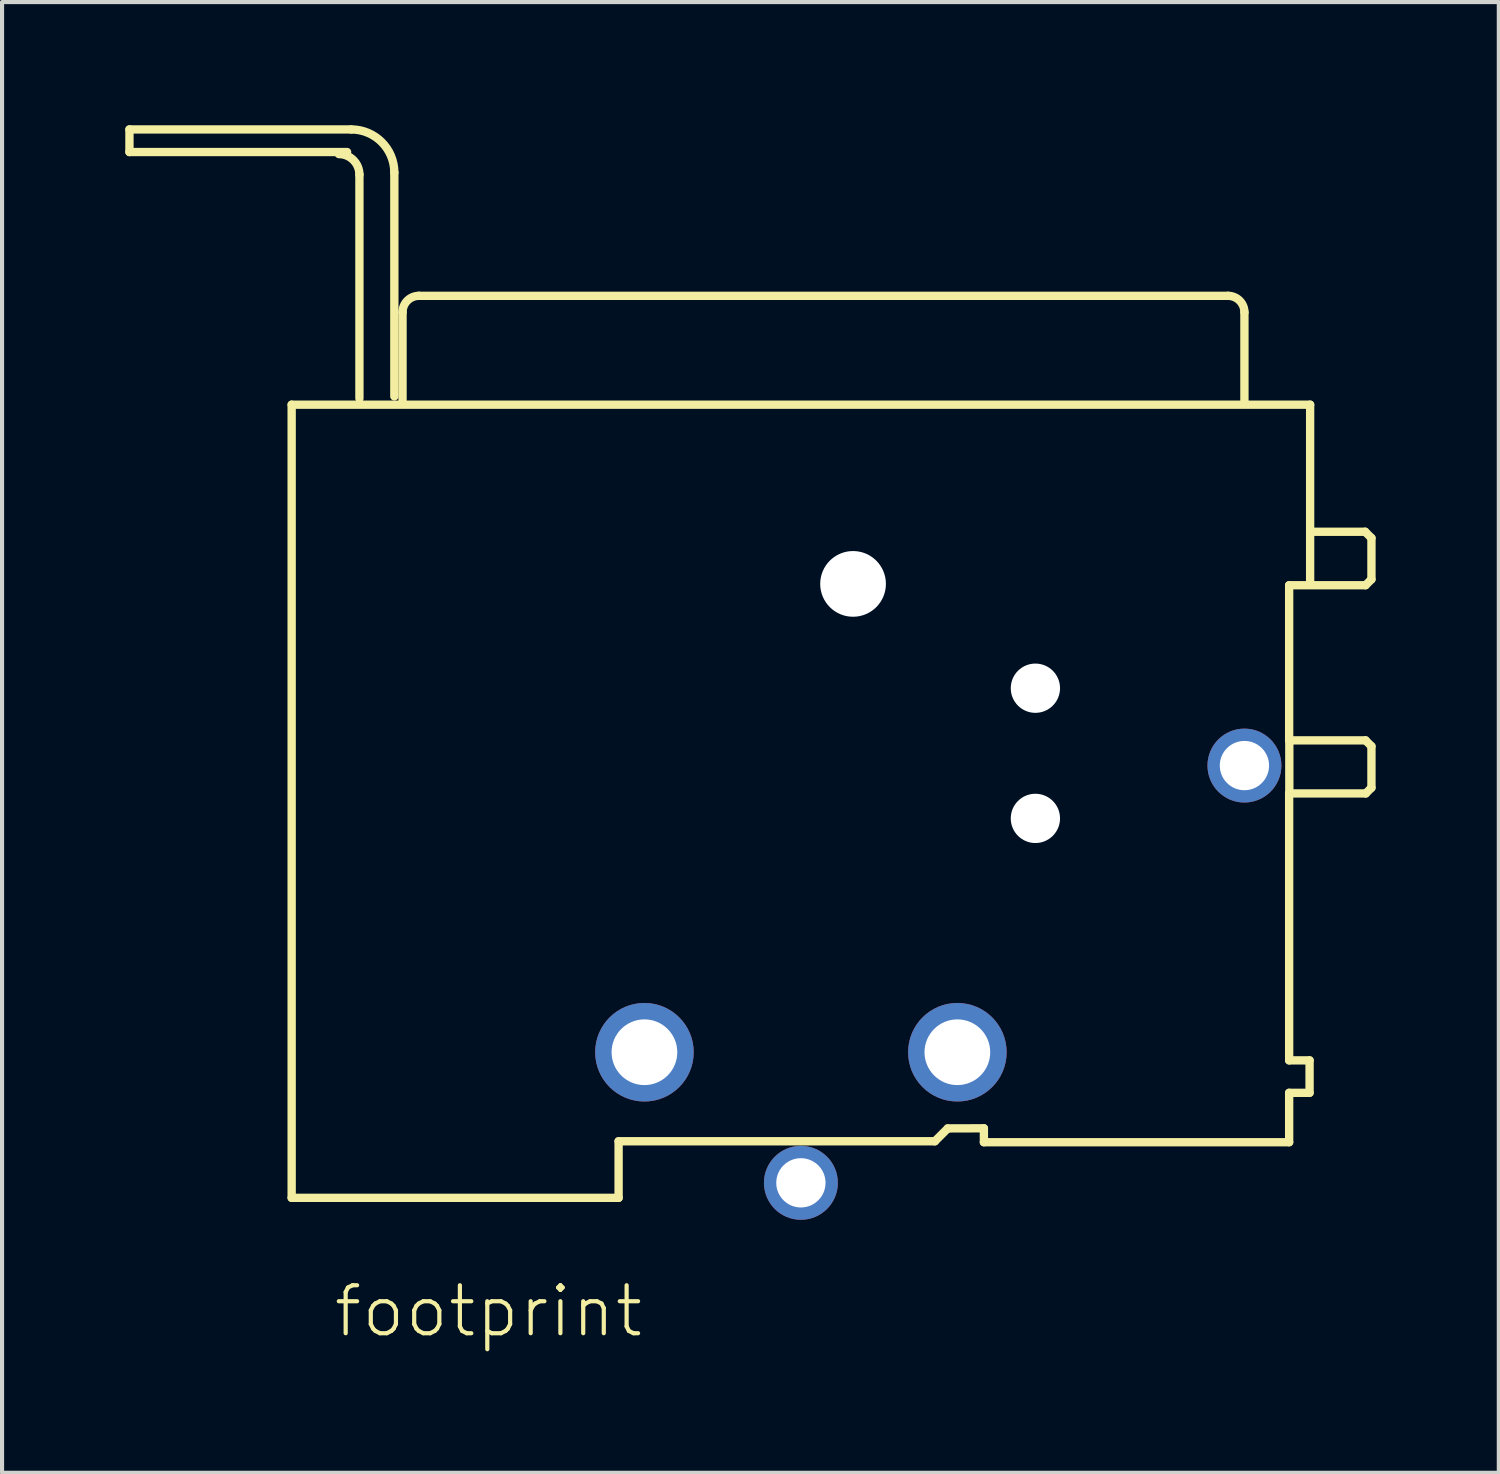
<source format=kicad_pcb>
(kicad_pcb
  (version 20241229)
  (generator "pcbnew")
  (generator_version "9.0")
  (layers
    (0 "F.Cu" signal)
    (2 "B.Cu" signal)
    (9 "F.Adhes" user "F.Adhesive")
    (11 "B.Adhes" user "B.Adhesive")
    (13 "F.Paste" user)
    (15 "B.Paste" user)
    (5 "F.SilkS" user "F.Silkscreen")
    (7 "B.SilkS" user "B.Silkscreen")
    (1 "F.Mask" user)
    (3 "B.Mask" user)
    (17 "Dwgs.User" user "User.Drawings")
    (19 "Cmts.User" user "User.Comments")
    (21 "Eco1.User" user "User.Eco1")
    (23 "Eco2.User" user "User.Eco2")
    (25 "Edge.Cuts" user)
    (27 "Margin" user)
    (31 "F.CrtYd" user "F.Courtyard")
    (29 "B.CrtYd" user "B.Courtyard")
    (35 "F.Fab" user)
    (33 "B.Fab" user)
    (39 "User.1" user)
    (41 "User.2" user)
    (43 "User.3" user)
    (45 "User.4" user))
  (footprint "footprint"
    (layer "F.Cu")
    (at 16.452 25.752)
    (property "Reference" "footprint" (at -11.43 3.81 0) (layer "F.SilkS") (effects (font (size 1.168 1.168) (thickness 0.102)) (justify left bottom)))
    (fp_line (start -16.35 -25.65) (end -16.35 -25.1) (stroke (width 0.203) (type solid)) (layer "F.SilkS"))
    (fp_line (start -16.35 -25.1) (end -11.05 -25.1) (stroke (width 0.203) (type solid)) (layer "F.SilkS"))
    (fp_line (start -12.4 -18.948) (end -12.4 0.366) (stroke (width 0.203) (type solid)) (layer "F.SilkS"))
    (fp_line (start -12.4 0.366) (end -4.439 0.366) (stroke (width 0.203) (type solid)) (layer "F.SilkS"))
    (fp_line (start -10.95 -25.65) (end -16.35 -25.65) (stroke (width 0.203) (type solid)) (layer "F.SilkS"))
    (fp_line (start -10.75 -19.1) (end -10.75 -24.55) (stroke (width 0.203) (type solid)) (layer "F.SilkS"))
    (fp_line (start -9.9 -19.15) (end -9.9 -24.6) (stroke (width 0.203) (type solid)) (layer "F.SilkS"))
    (fp_line (start -9.7 -21.198) (end -9.7 -19.049) (stroke (width 0.203) (type solid)) (layer "F.SilkS"))
    (fp_line (start -4.439 -1.012) (end 3.262 -1.012) (stroke (width 0.203) (type solid)) (layer "F.SilkS"))
    (fp_line (start -4.439 0.366) (end -4.439 -1.012) (stroke (width 0.203) (type solid)) (layer "F.SilkS"))
    (fp_line (start 3.262 -1.012) (end 3.576 -1.325) (stroke (width 0.203) (type solid)) (layer "F.SilkS"))
    (fp_line (start 3.576 -1.325) (end 4.456 -1.328) (stroke (width 0.203) (type solid)) (layer "F.SilkS"))
    (fp_line (start 4.456 -0.989) (end 11.889 -0.989) (stroke (width 0.203) (type solid)) (layer "F.SilkS"))
    (fp_line (start 4.456 -1.328) (end 4.456 -0.989) (stroke (width 0.203) (type solid)) (layer "F.SilkS"))
    (fp_line (start 10.4 -21.599) (end -9.3 -21.599) (stroke (width 0.203) (type solid)) (layer "F.SilkS"))
    (fp_line (start 10.8 -19.049) (end 10.8 -21.198) (stroke (width 0.203) (type solid)) (layer "F.SilkS"))
    (fp_line (start 11.889 -14.552) (end 13.75 -14.552) (stroke (width 0.203) (type solid)) (layer "F.SilkS"))
    (fp_line (start 11.889 -10.774) (end 11.889 -14.552) (stroke (width 0.203) (type solid)) (layer "F.SilkS"))
    (fp_line (start 11.889 -9.482) (end 13.755 -9.482) (stroke (width 0.203) (type solid)) (layer "F.SilkS"))
    (fp_line (start 11.889 -2.982) (end 11.889 -9.482) (stroke (width 0.203) (type solid)) (layer "F.SilkS"))
    (fp_line (start 11.889 -2.192) (end 12.386 -2.192) (stroke (width 0.203) (type solid)) (layer "F.SilkS"))
    (fp_line (start 11.889 -0.989) (end 11.889 -2.192) (stroke (width 0.203) (type solid)) (layer "F.SilkS"))
    (fp_line (start 11.893 -9.521) (end 11.893 -10.755) (stroke (width 0.203) (type solid)) (layer "F.SilkS"))
    (fp_line (start 12.386 -2.982) (end 11.889 -2.982) (stroke (width 0.203) (type solid)) (layer "F.SilkS"))
    (fp_line (start 12.386 -2.192) (end 12.386 -2.982) (stroke (width 0.203) (type solid)) (layer "F.SilkS"))
    (fp_line (start 12.4 -18.948) (end -12.4 -18.948) (stroke (width 0.203) (type solid)) (layer "F.SilkS"))
    (fp_line (start 12.4 -15.854) (end 12.4 -18.948) (stroke (width 0.203) (type solid)) (layer "F.SilkS"))
    (fp_line (start 12.4 -14.609) (end 12.4 -15.844) (stroke (width 0.203) (type solid)) (layer "F.SilkS"))
    (fp_line (start 13.74 -15.854) (end 12.4 -15.854) (stroke (width 0.203) (type solid)) (layer "F.SilkS"))
    (fp_line (start 13.75 -14.552) (end 13.893 -14.695) (stroke (width 0.203) (type solid)) (layer "F.SilkS"))
    (fp_line (start 13.75 -10.774) (end 11.889 -10.774) (stroke (width 0.203) (type solid)) (layer "F.SilkS"))
    (fp_line (start 13.755 -9.482) (end 13.893 -9.62) (stroke (width 0.203) (type solid)) (layer "F.SilkS"))
    (fp_line (start 13.893 -15.701) (end 13.74 -15.854) (stroke (width 0.203) (type solid)) (layer "F.SilkS"))
    (fp_line (start 13.893 -14.695) (end 13.893 -15.701) (stroke (width 0.203) (type solid)) (layer "F.SilkS"))
    (fp_line (start 13.893 -10.631) (end 13.75 -10.774) (stroke (width 0.203) (type solid)) (layer "F.SilkS"))
    (fp_line (start 13.893 -9.62) (end 13.893 -10.631) (stroke (width 0.203) (type solid)) (layer "F.SilkS"))
    (fp_arc (start -11.25 -25.05) (mid -10.896447 -24.903553) (end -10.75 -24.55) (stroke (width 0.2032) (type solid)) (layer "F.SilkS"))
    (fp_arc (start -10.95 -25.65) (mid -10.207538 -25.342462) (end -9.9 -24.6) (stroke (width 0.2032) (type solid)) (layer "F.SilkS"))
    (fp_arc (start -9.7 -21.1985) (mid -9.582843 -21.481343) (end -9.3 -21.5985) (stroke (width 0.2032) (type solid)) (layer "F.SilkS"))
    (fp_arc (start 10.4 -21.5985) (mid 10.682843 -21.481343) (end 10.8 -21.1985) (stroke (width 0.2032) (type solid)) (layer "F.SilkS"))
    (pad "" np_thru_hole circle (at 1.27 -14.584) (size 1.6 1.6) (drill 1.6) (layers "*.Cu" "*.Mask"))
    (pad "" np_thru_hole circle (at 5.71 -12.044) (size 1.2 1.2) (drill 1.2) (layers "*.Cu" "*.Mask"))
    (pad "" np_thru_hole circle (at 5.71 -8.874) (size 1.2 1.2) (drill 1.2) (layers "*.Cu" "*.Mask"))
    (pad "1" thru_hole circle (at -3.81 -3.18) (size 2.4 2.4) (drill 1.6) (layers "*.Cu" "*.Mask"))
    (pad "2" thru_hole circle (at 0 0) (size 1.8 1.8) (drill 1.2) (layers "*.Cu" "*.Mask"))
    (pad "3" thru_hole circle (at 3.81 -3.18) (size 2.4 2.4) (drill 1.6) (layers "*.Cu" "*.Mask"))
    (pad "G" thru_hole circle (at 10.8 -10.16) (size 1.8 1.8) (drill 1.2) (layers "*.Cu" "*.Mask")))
  (gr_rect
    (start -3 -3)
    (end 33.446 32.812)
    (stroke (width 0.1) (type default))
    (fill no)
    (layer "Edge.Cuts")))
</source>
